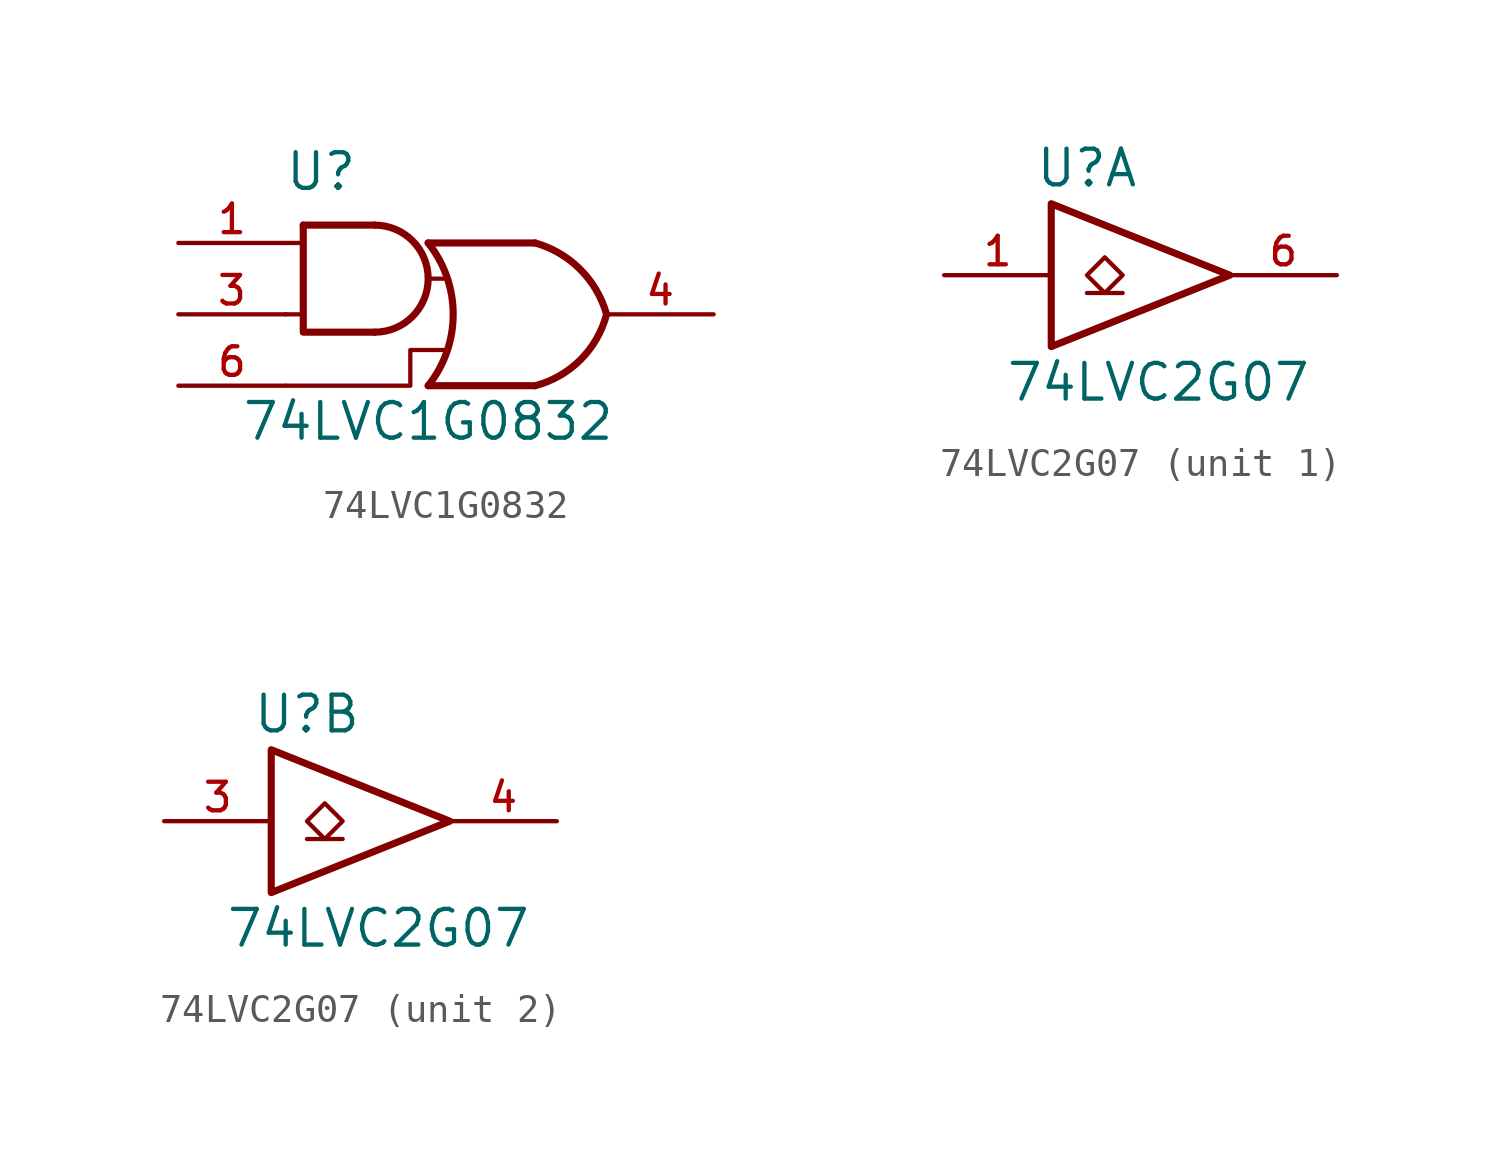
<source format=kicad_sym>
(kicad_symbol_lib
  (version 20201005)
  (generator kicad_symbol_editor)
  (symbol "74xGxx:74LVC1G0832"
    (pin_names
      (offset 1.016))
    (property "Reference" "U"
      (at -3.81 5.08 0)
      (effects (font (size 1.27 1.27))))
    (property "Value" "74LVC1G0832"
      (at 0 -3.81 0)
      (effects (font (size 1.27 1.27))))
    (symbol "74LVC1G0832_0_1"
      (arc (start 0 2.54) (end 0 -2.54) (radius (at -3.175 0) (length 4.064) (angles 38.6 -38.6)) (stroke (width 0.254)) (fill (type none)))
      (arc (start -1.905 -0.635) (end -1.905 3.175) (radius (at -1.905 1.27) (length 1.905) (angles -89.9 89.9)) (stroke (width 0.254)) (fill (type none)))
      (arc (start 3.81 2.54) (end 6.35 0) (radius (at 2.8448 -0.9398) (length 3.6068) (angles 74.4 15)) (stroke (width 0.254)) (fill (type none)))
      (arc (start 3.81 -2.54) (end 6.35 0) (radius (at 2.8448 0.9398) (length 3.6068) (angles -74.4 -15)) (stroke (width 0.254)) (fill (type none)))
      (polyline (pts (xy -5.08 0) (xy -4.445 0)) (stroke (width 0)) (fill (type none)))
      (polyline (pts (xy -5.08 2.54) (xy -4.445 2.54)) (stroke (width 0)) (fill (type none)))
      (polyline (pts (xy -4.445 3.175) (xy -1.905 3.175)) (stroke (width 0.254)) (fill (type none)))
      (polyline (pts (xy 0 -1.27) (xy 0.635 -1.27)) (stroke (width 0)) (fill (type none)))
      (polyline (pts (xy 0 1.27) (xy 0.635 1.27)) (stroke (width 0)) (fill (type none)))
      (polyline (pts (xy 3.81 -2.54) (xy 0 -2.54)) (stroke (width 0.254)) (fill (type background)))
      (polyline (pts (xy 3.81 2.54) (xy 0 2.54)) (stroke (width 0.254)) (fill (type background)))
      (polyline (pts (xy -4.445 3.175) (xy -4.445 -0.635) (xy -1.905 -0.635)) (stroke (width 0.254)) (fill (type none)))
      (polyline (pts (xy 0 -1.27) (xy -0.635 -1.27) (xy -0.635 -1.905) (xy -0.635 -2.54) (xy -5.08 -2.54)) (stroke (width 0)) (fill (type none))))
    (symbol "74LVC1G0832_1_1"
      (pin input line (at -8.89 2.54 0) (length 3.81) (name "~" (effects (font (size 1.016 1.016)))) (number "1" (effects (font (size 1.016 1.016)))))
      (pin power_in line (at 3.81 -2.54 270) (length 0) hide (name "GND" (effects (font (size 1.016 1.016)))) (number "2" (effects (font (size 1.016 1.016)))))
      (pin input line (at -8.89 0 0) (length 3.81) (name "~" (effects (font (size 1.016 1.016)))) (number "3" (effects (font (size 1.016 1.016)))))
      (pin output line (at 10.16 0 180) (length 3.81) (name "~" (effects (font (size 1.016 1.016)))) (number "4" (effects (font (size 1.016 1.016)))))
      (pin power_in line (at 3.81 2.54 90) (length 0) hide (name "VCC" (effects (font (size 1.016 1.016)))) (number "5" (effects (font (size 1.016 1.016)))))
      (pin input line (at -8.89 -2.54 0) (length 3.81) (name "~" (effects (font (size 1.016 1.016)))) (number "6" (effects (font (size 1.016 1.016)))))))
  (symbol "74xGxx:74LVC2G07"
    (pin_names
      (offset 1.016))
    (property "Reference" "U"
      (at -2.54 3.81 0)
      (effects (font (size 1.27 1.27))))
    (property "Value" "74LVC2G07"
      (at 0 -3.81 0)
      (effects (font (size 1.27 1.27))))
    (symbol "74LVC2G07_0_1"
      (polyline (pts (xy -2.54 -0.635) (xy -1.27 -0.635)) (stroke (width 0)) (fill (type none)))
      (polyline (pts (xy -3.81 2.54) (xy -3.81 -2.54) (xy 2.54 0) (xy -3.81 2.54)) (stroke (width 0.254)) (fill (type none)))
      (polyline (pts (xy -1.905 0.635) (xy -2.54 0) (xy -1.905 -0.635) (xy -1.27 0) (xy -1.905 0.635)) (stroke (width 0)) (fill (type none)))
      (pin power_in line (at 0 -2.54 270) (length 0) hide (name "GND" (effects (font (size 1.016 1.016)))) (number "2" (effects (font (size 1.016 1.016)))))
      (pin power_in line (at 0 2.54 90) (length 0) hide (name "VCC" (effects (font (size 1.016 1.016)))) (number "5" (effects (font (size 1.016 1.016))))))
    (symbol "74LVC2G07_1_1"
      (pin input line (at -7.62 0 0) (length 3.81) (name "~" (effects (font (size 1.016 1.016)))) (number "1" (effects (font (size 1.016 1.016)))))
      (pin open_collector line (at 6.35 0 180) (length 3.81) (name "~" (effects (font (size 1.016 1.016)))) (number "6" (effects (font (size 1.016 1.016))))))
    (symbol "74LVC2G07_2_1"
      (pin input line (at -7.62 0 0) (length 3.81) (name "~" (effects (font (size 1.016 1.016)))) (number "3" (effects (font (size 1.016 1.016)))))
      (pin open_collector line (at 6.35 0 180) (length 3.81) (name "~" (effects (font (size 1.016 1.016)))) (number "4" (effects (font (size 1.016 1.016))))))))
</source>
